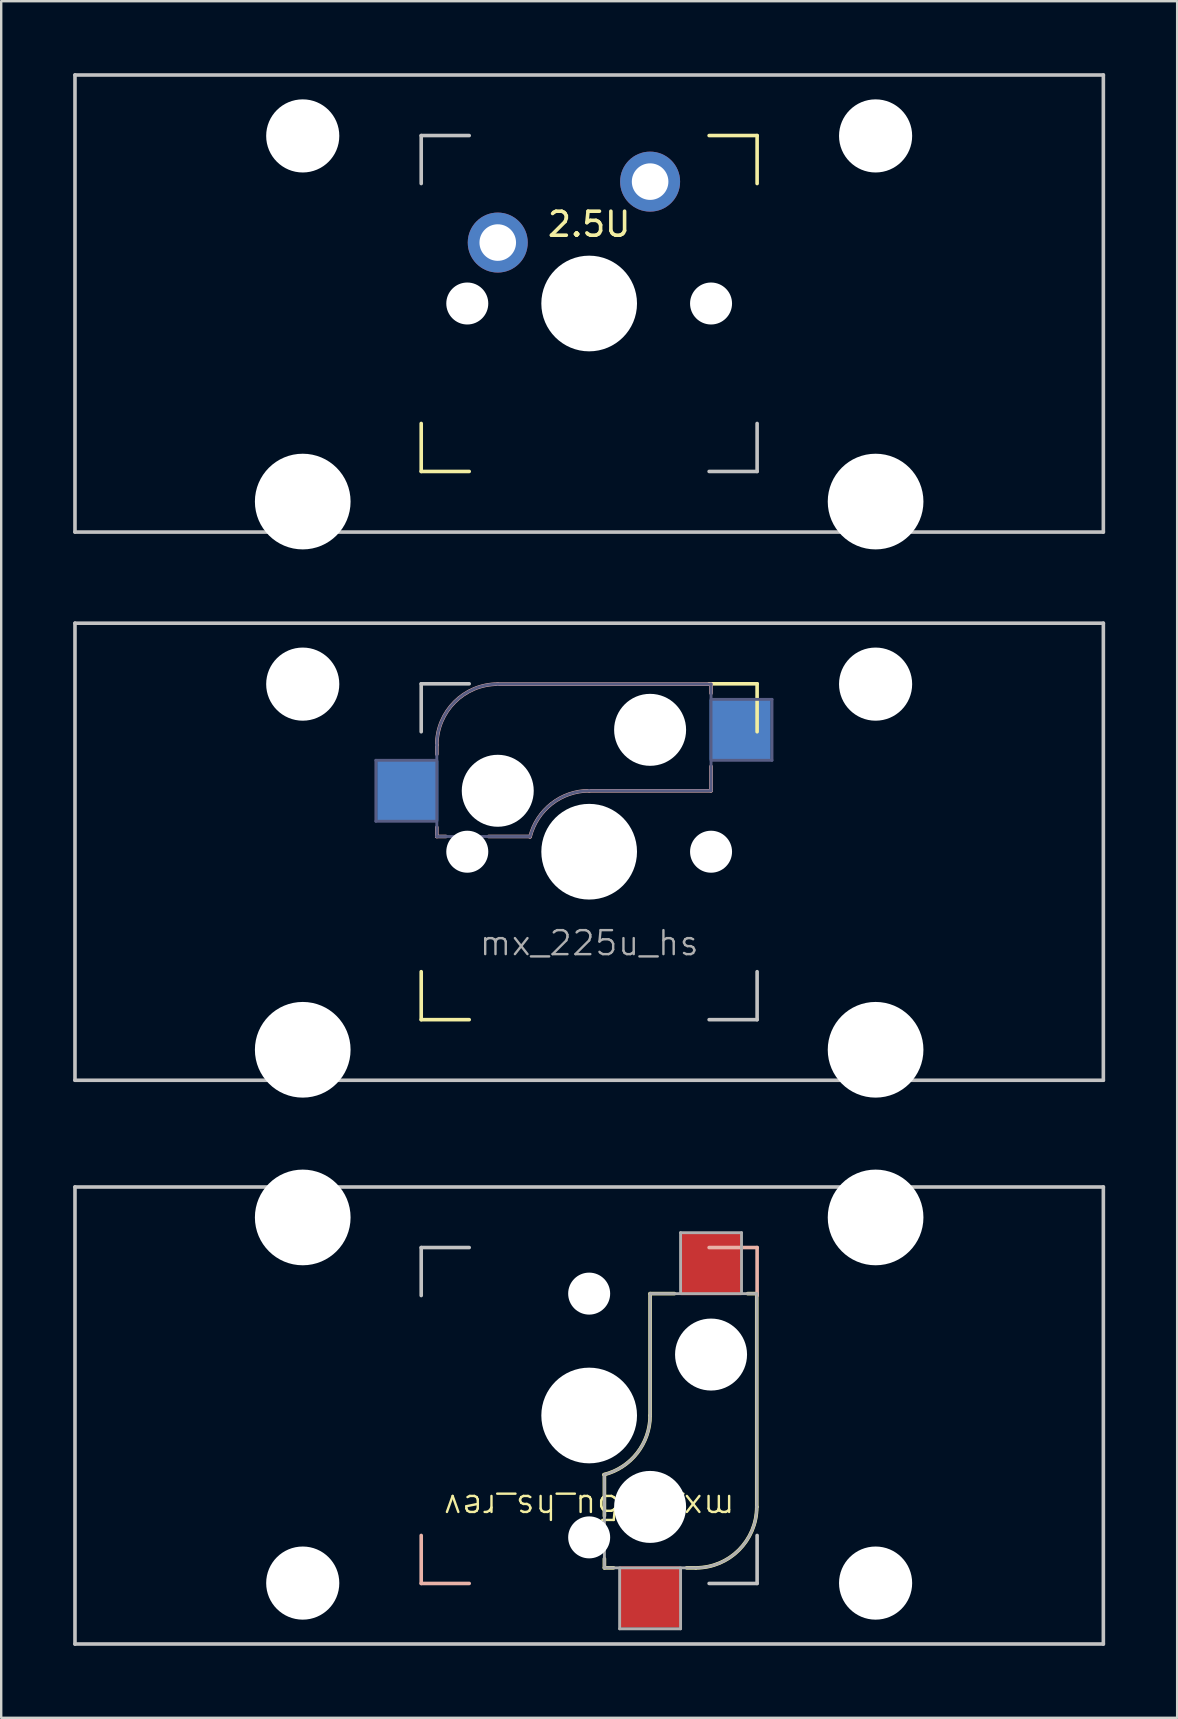
<source format=kicad_pcb>
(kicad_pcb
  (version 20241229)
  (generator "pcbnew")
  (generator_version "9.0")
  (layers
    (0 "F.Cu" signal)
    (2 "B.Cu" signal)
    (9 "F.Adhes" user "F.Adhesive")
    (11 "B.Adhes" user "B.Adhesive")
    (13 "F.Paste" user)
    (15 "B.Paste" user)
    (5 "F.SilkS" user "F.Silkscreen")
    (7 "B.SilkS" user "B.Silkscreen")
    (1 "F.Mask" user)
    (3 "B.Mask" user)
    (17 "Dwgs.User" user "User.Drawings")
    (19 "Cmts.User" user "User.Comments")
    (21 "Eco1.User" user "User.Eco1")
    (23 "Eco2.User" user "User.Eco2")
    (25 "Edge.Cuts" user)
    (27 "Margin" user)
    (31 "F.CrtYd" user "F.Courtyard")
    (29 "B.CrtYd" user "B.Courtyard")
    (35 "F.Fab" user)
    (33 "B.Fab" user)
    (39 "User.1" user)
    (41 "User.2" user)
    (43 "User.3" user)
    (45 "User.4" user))
  (footprint "mx_225u_hs_rev"
    (layer "F.Cu")
    (at 21.506 55.947)
    (property "Reference" "mx_225u_hs_rev" (at 0 3.81 180) (unlocked yes) (layer "F.SilkS") (effects (font (size 1 1) (thickness 0.1))))
    (attr smd)
    (fp_line (start 0.635 2.464) (end 0.635 4.191) (stroke (width 0.15) (type solid)) (layer "F.SilkS"))
    (fp_line (start 0.635 5.969) (end 0.635 6.35) (stroke (width 0.15) (type solid)) (layer "F.SilkS"))
    (fp_line (start 1.016 6.35) (end 0.635 6.35) (stroke (width 0.15) (type solid)) (layer "F.SilkS"))
    (fp_line (start 2.54 -5.08) (end 2.54 0) (stroke (width 0.15) (type solid)) (layer "F.SilkS"))
    (fp_line (start 3.556 -5.08) (end 2.54 -5.08) (stroke (width 0.15) (type solid)) (layer "F.SilkS"))
    (fp_line (start 4.445 6.35) (end 4.064 6.35) (stroke (width 0.15) (type solid)) (layer "F.SilkS"))
    (fp_line (start 6.985 -5.08) (end 6.604 -5.08) (stroke (width 0.15) (type solid)) (layer "F.SilkS"))
    (fp_line (start 6.985 3.81) (end 6.985 -5.08) (stroke (width 0.15) (type solid)) (layer "F.SilkS"))
    (fp_arc (start 2.539999 0) (mid 2.002041 1.563147) (end 0.616039 2.464162) (stroke (width 0.15) (type solid)) (layer "F.SilkS"))
    (fp_arc (start 6.984999 3.81) (mid 6.241051 5.606052) (end 4.444999 6.35) (stroke (width 0.15) (type solid)) (layer "F.SilkS"))
    (fp_line (start -7 7) (end -7 5) (stroke (width 0.15) (type solid)) (layer "B.SilkS"))
    (fp_line (start -5 7) (end -7 7) (stroke (width 0.15) (type solid)) (layer "B.SilkS"))
    (fp_line (start 7 -7) (end 5 -7) (stroke (width 0.15) (type solid)) (layer "B.SilkS"))
    (fp_line (start 7 -5) (end 7 -7) (stroke (width 0.15) (type solid)) (layer "B.SilkS"))
    (fp_line (start -21.431 -9.525) (end -21.431 9.525) (stroke (width 0.15) (type solid)) (layer "Dwgs.User"))
    (fp_line (start -21.431 -9.525) (end 21.431 -9.525) (stroke (width 0.15) (type solid)) (layer "Dwgs.User"))
    (fp_line (start -21.431 9.525) (end 21.431 9.525) (stroke (width 0.15) (type solid)) (layer "Dwgs.User"))
    (fp_line (start -7 -7) (end -5 -7) (stroke (width 0.15) (type solid)) (layer "Dwgs.User"))
    (fp_line (start -7 -5) (end -7 -7) (stroke (width 0.15) (type solid)) (layer "Dwgs.User"))
    (fp_line (start 7 5) (end 7 7) (stroke (width 0.15) (type solid)) (layer "Dwgs.User"))
    (fp_line (start 7 7) (end 5 7) (stroke (width 0.15) (type solid)) (layer "Dwgs.User"))
    (fp_line (start 21.431 9.525) (end 21.431 -9.525) (stroke (width 0.15) (type solid)) (layer "Dwgs.User"))
    (fp_line (start 0.635 6.35) (end 0.635 2.54) (stroke (width 0.12) (type solid)) (layer "F.Fab"))
    (fp_line (start 0.635 6.35) (end 4.445 6.35) (stroke (width 0.12) (type solid)) (layer "F.Fab"))
    (fp_line (start 1.27 6.35) (end 1.27 8.89) (stroke (width 0.12) (type solid)) (layer "F.Fab"))
    (fp_line (start 1.27 8.89) (end 3.81 8.89) (stroke (width 0.12) (type solid)) (layer "F.Fab"))
    (fp_line (start 2.54 -5.08) (end 2.54 0) (stroke (width 0.12) (type solid)) (layer "F.Fab"))
    (fp_line (start 3.81 -7.62) (end 3.81 -5.08) (stroke (width 0.12) (type solid)) (layer "F.Fab"))
    (fp_line (start 3.81 8.89) (end 3.81 6.35) (stroke (width 0.12) (type solid)) (layer "F.Fab"))
    (fp_line (start 6.35 -7.62) (end 3.81 -7.62) (stroke (width 0.12) (type solid)) (layer "F.Fab"))
    (fp_line (start 6.35 -5.08) (end 6.35 -7.62) (stroke (width 0.12) (type solid)) (layer "F.Fab"))
    (fp_line (start 6.985 -5.08) (end 2.54 -5.08) (stroke (width 0.12) (type solid)) (layer "F.Fab"))
    (fp_line (start 6.985 3.81) (end 6.985 -5.08) (stroke (width 0.12) (type solid)) (layer "F.Fab"))
    (fp_arc (start 2.539999 0) (mid 2.002041 1.563147) (end 0.616039 2.464162) (stroke (width 0.12) (type solid)) (layer "F.Fab"))
    (fp_arc (start 6.984999 3.81) (mid 6.241051 5.606052) (end 4.444999 6.35) (stroke (width 0.12) (type solid)) (layer "F.Fab"))
    (pad "" np_thru_hole circle (at -11.938 -8.255) (size 3.988 3.988) (drill 3.988) (layers "*.Cu" "*.Mask"))
    (pad "" np_thru_hole circle (at -11.938 6.985) (size 3.048 3.048) (drill 3.048) (layers "*.Cu" "*.Mask"))
    (pad "" np_thru_hole circle (at 0 -5.08 41.9) (size 1.75 1.75) (drill 1.75) (layers "*.Cu" "*.Mask"))
    (pad "" np_thru_hole circle (at 0 0 90) (size 3.988 3.988) (drill 3.988) (layers "*.Cu" "*.Mask"))
    (pad "" np_thru_hole circle (at 0 5.08 41.9) (size 1.75 1.75) (drill 1.75) (layers "*.Cu" "*.Mask"))
    (pad "" np_thru_hole circle (at 2.54 3.81 90) (size 3 3) (drill 3) (layers "*.Cu" "*.Mask"))
    (pad "" np_thru_hole circle (at 5.08 -2.54 90) (size 3 3) (drill 3) (layers "*.Cu" "*.Mask"))
    (pad "" np_thru_hole circle (at 11.938 -8.255) (size 3.988 3.988) (drill 3.988) (layers "*.Cu" "*.Mask"))
    (pad "" np_thru_hole circle (at 11.938 6.985) (size 3.048 3.048) (drill 3.048) (layers "*.Cu" "*.Mask"))
    (pad "1" smd rect (at 2.54 7.56 90) (size 2.55 2.5) (layers "F.Cu" "F.Mask" "F.Paste"))
    (pad "2" smd rect (at 5.08 -6.29 90) (size 2.55 2.5) (layers "F.Cu" "F.Mask" "F.Paste")))
  (footprint "mx_225u_hs"
    (layer "F.Cu")
    (at 21.506 32.449)
    (property "Reference" "mx_225u_hs" (at 0 3.81 0) (unlocked yes) (layer "F.Fab") (effects (font (size 1 1) (thickness 0.1))))
    (attr smd)
    (fp_line (start -7 5) (end -7 7) (stroke (width 0.15) (type solid)) (layer "F.SilkS"))
    (fp_line (start -7 7) (end -5 7) (stroke (width 0.15) (type solid)) (layer "F.SilkS"))
    (fp_line (start 5 -7) (end 7 -7) (stroke (width 0.15) (type solid)) (layer "F.SilkS"))
    (fp_line (start 7 -7) (end 7 -5) (stroke (width 0.15) (type solid)) (layer "F.SilkS"))
    (fp_line (start -6.35 -4.445) (end -6.35 -4.064) (stroke (width 0.15) (type solid)) (layer "B.SilkS"))
    (fp_line (start -6.35 -1.016) (end -6.35 -0.635) (stroke (width 0.15) (type solid)) (layer "B.SilkS"))
    (fp_line (start -5.969 -0.635) (end -6.35 -0.635) (stroke (width 0.15) (type solid)) (layer "B.SilkS"))
    (fp_line (start -3.81 -6.985) (end 5.08 -6.985) (stroke (width 0.15) (type solid)) (layer "B.SilkS"))
    (fp_line (start -2.464 -0.635) (end -4.191 -0.635) (stroke (width 0.15) (type solid)) (layer "B.SilkS"))
    (fp_line (start 5.08 -6.985) (end 5.08 -6.604) (stroke (width 0.15) (type solid)) (layer "B.SilkS"))
    (fp_line (start 5.08 -3.556) (end 5.08 -2.54) (stroke (width 0.15) (type solid)) (layer "B.SilkS"))
    (fp_line (start 5.08 -2.54) (end 0 -2.54) (stroke (width 0.15) (type solid)) (layer "B.SilkS"))
    (fp_arc (start -6.35 -4.444999) (mid -5.606051 -6.24105) (end -3.81 -6.984999) (stroke (width 0.15) (type solid)) (layer "B.SilkS"))
    (fp_arc (start -2.464162 -0.616039) (mid -1.563147 -2.002041) (end 0 -2.539999) (stroke (width 0.15) (type solid)) (layer "B.SilkS"))
    (fp_line (start -21.431 -9.525) (end 21.431 -9.525) (stroke (width 0.15) (type solid)) (layer "Dwgs.User"))
    (fp_line (start -21.431 9.525) (end -21.431 -9.525) (stroke (width 0.15) (type solid)) (layer "Dwgs.User"))
    (fp_line (start -21.431 9.525) (end 21.431 9.525) (stroke (width 0.15) (type solid)) (layer "Dwgs.User"))
    (fp_line (start -7 -7) (end -7 -5) (stroke (width 0.15) (type solid)) (layer "Dwgs.User"))
    (fp_line (start -5 -7) (end -7 -7) (stroke (width 0.15) (type solid)) (layer "Dwgs.User"))
    (fp_line (start 5 7) (end 7 7) (stroke (width 0.15) (type solid)) (layer "Dwgs.User"))
    (fp_line (start 7 7) (end 7 5) (stroke (width 0.15) (type solid)) (layer "Dwgs.User"))
    (fp_line (start 21.431 -9.525) (end 21.431 9.525) (stroke (width 0.15) (type solid)) (layer "Dwgs.User"))
    (fp_line (start -8.89 -3.81) (end -6.35 -3.81) (stroke (width 0.12) (type solid)) (layer "B.Fab"))
    (fp_line (start -8.89 -1.27) (end -8.89 -3.81) (stroke (width 0.12) (type solid)) (layer "B.Fab"))
    (fp_line (start -6.35 -1.27) (end -8.89 -1.27) (stroke (width 0.12) (type solid)) (layer "B.Fab"))
    (fp_line (start -6.35 -0.635) (end -6.35 -4.445) (stroke (width 0.12) (type solid)) (layer "B.Fab"))
    (fp_line (start -6.35 -0.635) (end -2.54 -0.635) (stroke (width 0.12) (type solid)) (layer "B.Fab"))
    (fp_line (start -3.81 -6.985) (end 5.08 -6.985) (stroke (width 0.12) (type solid)) (layer "B.Fab"))
    (fp_line (start 5.08 -6.985) (end 5.08 -2.54) (stroke (width 0.12) (type solid)) (layer "B.Fab"))
    (fp_line (start 5.08 -6.35) (end 7.62 -6.35) (stroke (width 0.12) (type solid)) (layer "B.Fab"))
    (fp_line (start 5.08 -2.54) (end 0 -2.54) (stroke (width 0.12) (type solid)) (layer "B.Fab"))
    (fp_line (start 7.62 -6.35) (end 7.62 -3.81) (stroke (width 0.12) (type solid)) (layer "B.Fab"))
    (fp_line (start 7.62 -3.81) (end 5.08 -3.81) (stroke (width 0.12) (type solid)) (layer "B.Fab"))
    (fp_arc (start -6.35 -4.444999) (mid -5.606051 -6.24105) (end -3.81 -6.984999) (stroke (width 0.12) (type solid)) (layer "B.Fab"))
    (fp_arc (start -2.464162 -0.616039) (mid -1.563147 -2.002041) (end 0 -2.539999) (stroke (width 0.12) (type solid)) (layer "B.Fab"))
    (pad "" np_thru_hole circle (at -11.938 -6.985) (size 3.048 3.048) (drill 3.048) (layers "*.Cu" "*.Mask"))
    (pad "" np_thru_hole circle (at -11.938 8.255) (size 3.988 3.988) (drill 3.988) (layers "*.Cu" "*.Mask"))
    (pad "" np_thru_hole circle (at -5.08 0 48.1) (size 1.75 1.75) (drill 1.75) (layers "*.Cu" "*.Mask"))
    (pad "" np_thru_hole circle (at -3.81 -2.54) (size 3 3) (drill 3) (layers "*.Cu" "*.Mask"))
    (pad "" np_thru_hole circle (at 0 0) (size 3.988 3.988) (drill 3.988) (layers "*.Cu" "*.Mask"))
    (pad "" np_thru_hole circle (at 2.54 -5.08) (size 3 3) (drill 3) (layers "*.Cu" "*.Mask"))
    (pad "" np_thru_hole circle (at 5.08 0 48.1) (size 1.75 1.75) (drill 1.75) (layers "*.Cu" "*.Mask"))
    (pad "" np_thru_hole circle (at 11.938 -6.985) (size 3.048 3.048) (drill 3.048) (layers "*.Cu" "*.Mask"))
    (pad "" np_thru_hole circle (at 11.938 8.255) (size 3.988 3.988) (drill 3.988) (layers "*.Cu" "*.Mask"))
    (pad "1" smd rect (at -7.56 -2.54) (size 2.55 2.5) (layers "B.Cu" "B.Mask" "B.Paste"))
    (pad "2" smd rect (at 6.29 -5.08) (size 2.55 2.5) (layers "B.Cu" "B.Mask" "B.Paste")))
  (footprint "mx_225u"
    (layer "F.Cu")
    (at 21.506 9.6)
    (property "Reference" "mx_225u" (at 0 3.429 0) (layer "Eco1.User") (effects (font (size 1 1) (thickness 0.15))))
    (attr through_hole)
    (fp_line (start -7 5) (end -7 7) (stroke (width 0.15) (type solid)) (layer "F.SilkS"))
    (fp_line (start -7 7) (end -5 7) (stroke (width 0.15) (type solid)) (layer "F.SilkS"))
    (fp_line (start 5 -7) (end 7 -7) (stroke (width 0.15) (type solid)) (layer "F.SilkS"))
    (fp_line (start 7 -7) (end 7 -5) (stroke (width 0.15) (type solid)) (layer "F.SilkS"))
    (fp_line (start -21.431 -9.525) (end 21.431 -9.525) (stroke (width 0.15) (type solid)) (layer "Dwgs.User"))
    (fp_line (start -21.431 9.525) (end -21.431 -9.525) (stroke (width 0.15) (type solid)) (layer "Dwgs.User"))
    (fp_line (start -21.431 9.525) (end 21.431 9.525) (stroke (width 0.15) (type solid)) (layer "Dwgs.User"))
    (fp_line (start -7 -7) (end -7 -5) (stroke (width 0.15) (type solid)) (layer "Dwgs.User"))
    (fp_line (start -5 -7) (end -7 -7) (stroke (width 0.15) (type solid)) (layer "Dwgs.User"))
    (fp_line (start 5 7) (end 7 7) (stroke (width 0.15) (type solid)) (layer "Dwgs.User"))
    (fp_line (start 7 7) (end 7 5) (stroke (width 0.15) (type solid)) (layer "Dwgs.User"))
    (fp_line (start 21.431 -9.525) (end 21.431 9.525) (stroke (width 0.15) (type solid)) (layer "Dwgs.User"))
    (fp_text user "2.5U" (at 0 -3.302 0) (layer "F.SilkS") (effects (font (size 1 1) (thickness 0.15))))
    (pad "" np_thru_hole circle (at -11.938 -6.985) (size 3.048 3.048) (drill 3.048) (layers "*.Cu" "*.Mask"))
    (pad "" np_thru_hole circle (at -11.938 8.255) (size 3.988 3.988) (drill 3.988) (layers "*.Cu" "*.Mask"))
    (pad "" np_thru_hole circle (at -5.08 0 48.1) (size 1.75 1.75) (drill 1.75) (layers "*.Cu" "*.Mask"))
    (pad "" np_thru_hole circle (at 0 0) (size 3.988 3.988) (drill 3.988) (layers "*.Cu" "*.Mask"))
    (pad "" np_thru_hole circle (at 5.08 0 48.1) (size 1.75 1.75) (drill 1.75) (layers "*.Cu" "*.Mask"))
    (pad "" np_thru_hole circle (at 11.938 -6.985) (size 3.048 3.048) (drill 3.048) (layers "*.Cu" "*.Mask"))
    (pad "" np_thru_hole circle (at 11.938 8.255) (size 3.988 3.988) (drill 3.988) (layers "*.Cu" "*.Mask"))
    (pad "1" thru_hole circle (at -3.81 -2.54) (size 2.5 2.5) (drill 1.524) (layers "*.Cu" "*.Mask"))
    (pad "2" thru_hole circle (at 2.54 -5.08) (size 2.5 2.5) (drill 1.524) (layers "*.Cu" "*.Mask")))
  (gr_rect
    (start -3 -3)
    (end 46.013 68.547)
    (stroke (width 0.1) (type default))
    (fill no)
    (layer "Edge.Cuts")))
</source>
